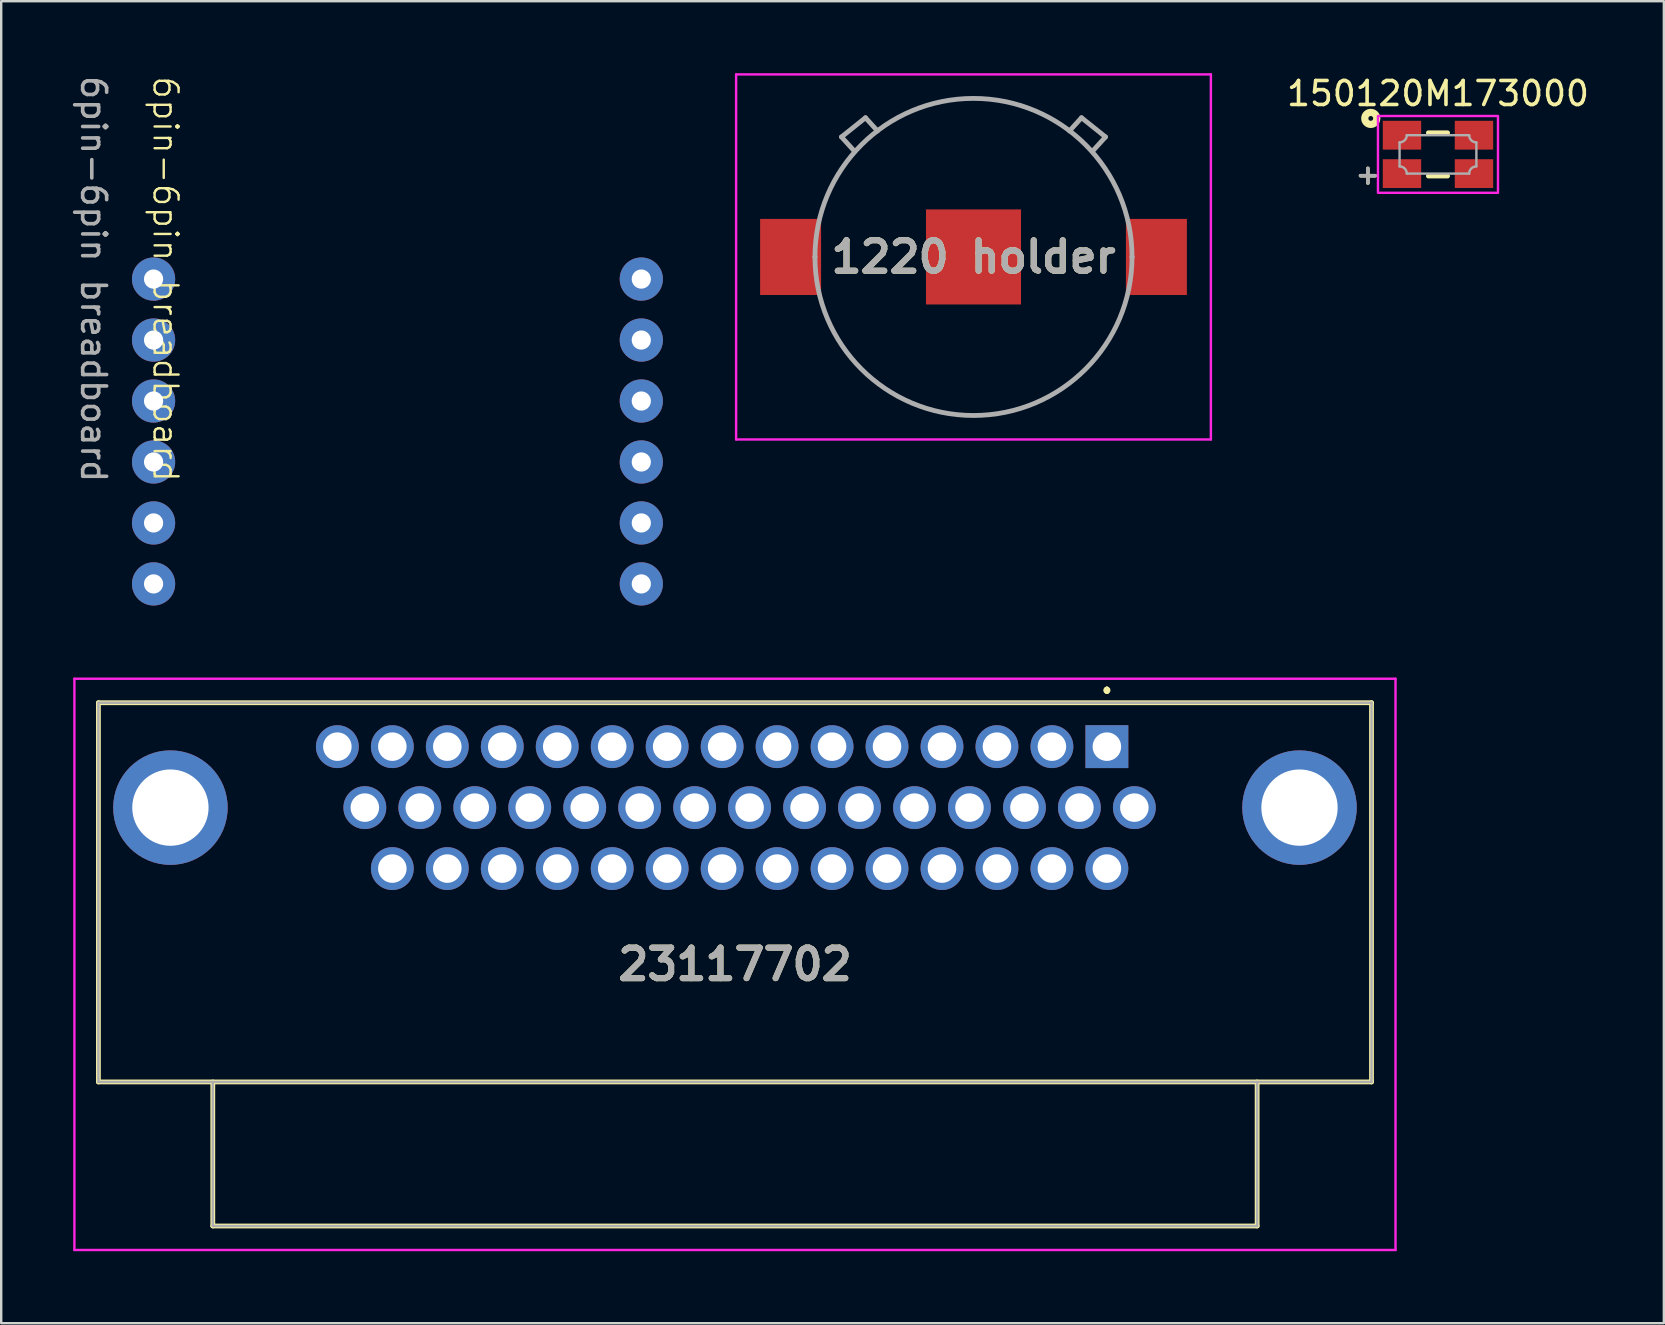
<source format=kicad_pcb>
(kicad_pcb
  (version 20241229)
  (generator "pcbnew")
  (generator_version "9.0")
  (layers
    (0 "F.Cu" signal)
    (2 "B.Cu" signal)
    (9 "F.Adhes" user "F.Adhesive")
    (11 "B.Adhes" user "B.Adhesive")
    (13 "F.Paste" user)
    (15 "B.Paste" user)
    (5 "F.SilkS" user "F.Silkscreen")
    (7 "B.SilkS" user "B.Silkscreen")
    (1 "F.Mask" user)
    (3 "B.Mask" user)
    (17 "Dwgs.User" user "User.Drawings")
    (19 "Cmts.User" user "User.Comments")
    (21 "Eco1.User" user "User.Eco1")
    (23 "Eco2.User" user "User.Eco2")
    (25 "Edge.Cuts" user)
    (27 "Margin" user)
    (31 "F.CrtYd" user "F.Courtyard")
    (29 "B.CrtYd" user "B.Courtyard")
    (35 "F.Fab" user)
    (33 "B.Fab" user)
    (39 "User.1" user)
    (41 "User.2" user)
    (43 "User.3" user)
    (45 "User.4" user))
  (footprint "1220 holder"
    (layer "F.Cu")
    (at 37.508 7.655)
    (property "Reference" "1220 holder" (at 0 0 0) (layer "F.SilkS") (effects (font (size 1.27 1.27) (thickness 0.254))))
    (attr smd)
    (fp_line (start -5.5 -5) (end -4.5 -5.8) (stroke (width 0.1) (type solid)) (layer "F.SilkS"))
    (fp_line (start -5 -4.45) (end -5.5 -5) (stroke (width 0.1) (type solid)) (layer "F.SilkS"))
    (fp_line (start -4.5 -5.8) (end -4 -5.25) (stroke (width 0.1) (type solid)) (layer "F.SilkS"))
    (fp_line (start 4 -5.25) (end 4.5 -5.8) (stroke (width 0.1) (type solid)) (layer "F.SilkS"))
    (fp_line (start 4.5 -5.8) (end 5.5 -5) (stroke (width 0.1) (type solid)) (layer "F.SilkS"))
    (fp_line (start 5.5 -5) (end 5 -4.45) (stroke (width 0.1) (type solid)) (layer "F.SilkS"))
    (fp_line (start -9.89 -7.605) (end 9.89 -7.605) (stroke (width 0.1) (type solid)) (layer "F.CrtYd"))
    (fp_line (start -9.89 7.605) (end -9.89 -7.605) (stroke (width 0.1) (type solid)) (layer "F.CrtYd"))
    (fp_line (start 9.89 -7.605) (end 9.89 7.605) (stroke (width 0.1) (type solid)) (layer "F.CrtYd"))
    (fp_line (start 9.89 7.605) (end -9.89 7.605) (stroke (width 0.1) (type solid)) (layer "F.CrtYd"))
    (fp_line (start -6.605 0) (end -6.605 0) (stroke (width 0.2) (type solid)) (layer "F.Fab"))
    (fp_line (start -5.5 -5) (end -4.5 -5.8) (stroke (width 0.2) (type solid)) (layer "F.Fab"))
    (fp_line (start -5 -4.45) (end -5.5 -5) (stroke (width 0.2) (type solid)) (layer "F.Fab"))
    (fp_line (start -4.5 -5.8) (end -4 -5.25) (stroke (width 0.2) (type solid)) (layer "F.Fab"))
    (fp_line (start 4.5 -5.8) (end 4 -5.25) (stroke (width 0.2) (type solid)) (layer "F.Fab"))
    (fp_line (start 5 -4.45) (end 5.5 -5) (stroke (width 0.2) (type solid)) (layer "F.Fab"))
    (fp_line (start 5.5 -5) (end 4.5 -5.8) (stroke (width 0.2) (type solid)) (layer "F.Fab"))
    (fp_line (start 6.605 0) (end 6.605 0) (stroke (width 0.2) (type solid)) (layer "F.Fab"))
    (fp_arc (start -6.605 0) (mid 0 -6.605) (end 6.605 0) (stroke (width 0.2) (type solid)) (layer "F.Fab"))
    (fp_arc (start 6.605 0) (mid 0 6.605) (end -6.605 0) (stroke (width 0.2) (type solid)) (layer "F.Fab"))
    (fp_text user "${REFERENCE}" (at 0 0 0) (layer "F.Fab") (effects (font (size 1.27 1.27) (thickness 0.254))))
    (pad "1" smd rect (at -7.62 0) (size 2.54 3.17) (layers "F.Cu" "F.Mask" "F.Paste"))
    (pad "1" smd rect (at 7.62 0) (size 2.54 3.17) (layers "F.Cu" "F.Mask" "F.Paste"))
    (pad "2" smd rect (at 0 0) (size 3.96 3.96) (layers "F.Cu" "F.Mask" "F.Paste")))
  (footprint "6pin-6pin breadboard"
    (layer "F.Cu")
    (at 10.968 21.277)
    (property "Reference" "6pin-6pin breadboard" (at -7.12 -12.7 270) (unlocked yes) (layer "F.SilkS") (effects (font (size 1 1) (thickness 0.1))))
    (attr through_hole)
    (fp_text user "${REFERENCE}" (at -10.12 -12.7 270) (unlocked yes) (layer "F.Fab") (effects (font (size 1 1) (thickness 0.15))))
    (pad "1" thru_hole circle (at -7.62 -12.7 270) (size 1.8 1.8) (drill 0.8) (layers "*.Cu" "*.Mask"))
    (pad "2" thru_hole circle (at -7.62 -10.16 270) (size 1.8 1.8) (drill 0.8) (layers "*.Cu" "*.Mask"))
    (pad "3" thru_hole circle (at -7.62 -7.62 270) (size 1.8 1.8) (drill 0.8) (layers "*.Cu" "*.Mask"))
    (pad "4" thru_hole circle (at -7.62 -5.08 270) (size 1.8 1.8) (drill 0.8) (layers "*.Cu" "*.Mask"))
    (pad "5" thru_hole circle (at -7.62 -2.54 270) (size 1.8 1.8) (drill 0.8) (layers "*.Cu" "*.Mask"))
    (pad "6" thru_hole circle (at -7.62 0 270) (size 1.8 1.8) (drill 0.8) (layers "*.Cu" "*.Mask"))
    (pad "7" thru_hole circle (at 12.7 -12.7 270) (size 1.8 1.8) (drill 0.8) (layers "*.Cu" "*.Mask"))
    (pad "8" thru_hole circle (at 12.7 -10.16 270) (size 1.8 1.8) (drill 0.8) (layers "*.Cu" "*.Mask"))
    (pad "9" thru_hole circle (at 12.7 -7.62 270) (size 1.8 1.8) (drill 0.8) (layers "*.Cu" "*.Mask"))
    (pad "10" thru_hole circle (at 12.7 -5.08 270) (size 1.8 1.8) (drill 0.8) (layers "*.Cu" "*.Mask"))
    (pad "11" thru_hole circle (at 12.7 -2.54 270) (size 1.8 1.8) (drill 0.8) (layers "*.Cu" "*.Mask"))
    (pad "12" thru_hole circle (at 12.7 0 270) (size 1.8 1.8) (drill 0.8) (layers "*.Cu" "*.Mask")))
  (footprint "23117702"
    (layer "F.Cu")
    (at 43.065 28.057)
    (property "Reference" "23117702" (at -15.495 9.07 0) (layer "F.SilkS") (effects (font (size 1.27 1.27) (thickness 0.254))))
    (attr through_hole)
    (fp_line (start -42.015 -1.83) (end 11.025 -1.83) (stroke (width 0.2) (type solid)) (layer "F.SilkS"))
    (fp_line (start -42.015 13.97) (end -42.015 -1.83) (stroke (width 0.2) (type solid)) (layer "F.SilkS"))
    (fp_line (start -37.25 19.97) (end -37.25 13.97) (stroke (width 0.2) (type solid)) (layer "F.SilkS"))
    (fp_line (start 0 -2.4) (end 0 -2.4) (stroke (width 0.2) (type solid)) (layer "F.SilkS"))
    (fp_line (start 0 -2.4) (end 0 -2.3) (stroke (width 0.2) (type solid)) (layer "F.SilkS"))
    (fp_line (start 0 -2.3) (end 0 -2.3) (stroke (width 0.2) (type solid)) (layer "F.SilkS"))
    (fp_line (start 6.26 13.97) (end 6.26 19.97) (stroke (width 0.2) (type solid)) (layer "F.SilkS"))
    (fp_line (start 6.26 19.97) (end -37.25 19.97) (stroke (width 0.2) (type solid)) (layer "F.SilkS"))
    (fp_line (start 11.025 -1.83) (end 11.025 13.97) (stroke (width 0.2) (type solid)) (layer "F.SilkS"))
    (fp_line (start 11.025 13.97) (end -42.015 13.97) (stroke (width 0.2) (type solid)) (layer "F.SilkS"))
    (fp_arc (start 0 -2.4) (mid 0.05 -2.35) (end 0 -2.3) (stroke (width 0.2) (type solid)) (layer "F.SilkS"))
    (fp_arc (start 0 -2.3) (mid -0.05 -2.35) (end 0 -2.4) (stroke (width 0.2) (type solid)) (layer "F.SilkS"))
    (fp_line (start -43.015 -2.83) (end 12.025 -2.83) (stroke (width 0.1) (type solid)) (layer "F.CrtYd"))
    (fp_line (start -43.015 20.97) (end -43.015 -2.83) (stroke (width 0.1) (type solid)) (layer "F.CrtYd"))
    (fp_line (start 12.025 -2.83) (end 12.025 20.97) (stroke (width 0.1) (type solid)) (layer "F.CrtYd"))
    (fp_line (start 12.025 20.97) (end -43.015 20.97) (stroke (width 0.1) (type solid)) (layer "F.CrtYd"))
    (fp_line (start -42.015 -1.83) (end 11.025 -1.83) (stroke (width 0.1) (type solid)) (layer "F.Fab"))
    (fp_line (start -42.015 13.97) (end -42.015 -1.83) (stroke (width 0.1) (type solid)) (layer "F.Fab"))
    (fp_line (start -37.25 19.97) (end -37.25 13.97) (stroke (width 0.1) (type solid)) (layer "F.Fab"))
    (fp_line (start 6.26 13.97) (end 6.26 19.97) (stroke (width 0.1) (type solid)) (layer "F.Fab"))
    (fp_line (start 6.26 19.97) (end -37.25 19.97) (stroke (width 0.1) (type solid)) (layer "F.Fab"))
    (fp_line (start 11.025 -1.83) (end 11.025 13.97) (stroke (width 0.1) (type solid)) (layer "F.Fab"))
    (fp_line (start 11.025 13.97) (end -42.015 13.97) (stroke (width 0.1) (type solid)) (layer "F.Fab"))
    (fp_text user "${REFERENCE}" (at -15.495 9.07 0) (layer "F.Fab") (effects (font (size 1.27 1.27) (thickness 0.254))))
    (pad "1" thru_hole rect (at 0 0) (size 1.785 1.785) (drill 1.19) (layers "*.Cu" "*.Mask"))
    (pad "2" thru_hole circle (at -2.29 0) (size 1.785 1.785) (drill 1.19) (layers "*.Cu" "*.Mask"))
    (pad "3" thru_hole circle (at -4.58 0) (size 1.785 1.785) (drill 1.19) (layers "*.Cu" "*.Mask"))
    (pad "4" thru_hole circle (at -6.87 0) (size 1.785 1.785) (drill 1.19) (layers "*.Cu" "*.Mask"))
    (pad "5" thru_hole circle (at -9.16 0) (size 1.785 1.785) (drill 1.19) (layers "*.Cu" "*.Mask"))
    (pad "6" thru_hole circle (at -11.45 0) (size 1.785 1.785) (drill 1.19) (layers "*.Cu" "*.Mask"))
    (pad "7" thru_hole circle (at -13.74 0) (size 1.785 1.785) (drill 1.19) (layers "*.Cu" "*.Mask"))
    (pad "8" thru_hole circle (at -16.03 0) (size 1.785 1.785) (drill 1.19) (layers "*.Cu" "*.Mask"))
    (pad "9" thru_hole circle (at -18.32 0) (size 1.785 1.785) (drill 1.19) (layers "*.Cu" "*.Mask"))
    (pad "10" thru_hole circle (at -20.61 0) (size 1.785 1.785) (drill 1.19) (layers "*.Cu" "*.Mask"))
    (pad "11" thru_hole circle (at -22.9 0) (size 1.785 1.785) (drill 1.19) (layers "*.Cu" "*.Mask"))
    (pad "12" thru_hole circle (at -25.19 0) (size 1.785 1.785) (drill 1.19) (layers "*.Cu" "*.Mask"))
    (pad "13" thru_hole circle (at -27.48 0) (size 1.785 1.785) (drill 1.19) (layers "*.Cu" "*.Mask"))
    (pad "14" thru_hole circle (at -29.77 0) (size 1.785 1.785) (drill 1.19) (layers "*.Cu" "*.Mask"))
    (pad "15" thru_hole circle (at -32.06 0) (size 1.785 1.785) (drill 1.19) (layers "*.Cu" "*.Mask"))
    (pad "16" thru_hole circle (at 1.145 2.54) (size 1.785 1.785) (drill 1.19) (layers "*.Cu" "*.Mask"))
    (pad "17" thru_hole circle (at -1.145 2.54) (size 1.785 1.785) (drill 1.19) (layers "*.Cu" "*.Mask"))
    (pad "18" thru_hole circle (at -3.435 2.54) (size 1.785 1.785) (drill 1.19) (layers "*.Cu" "*.Mask"))
    (pad "19" thru_hole circle (at -5.725 2.54) (size 1.785 1.785) (drill 1.19) (layers "*.Cu" "*.Mask"))
    (pad "20" thru_hole circle (at -8.015 2.54) (size 1.785 1.785) (drill 1.19) (layers "*.Cu" "*.Mask"))
    (pad "21" thru_hole circle (at -10.305 2.54) (size 1.785 1.785) (drill 1.19) (layers "*.Cu" "*.Mask"))
    (pad "22" thru_hole circle (at -12.595 2.54) (size 1.785 1.785) (drill 1.19) (layers "*.Cu" "*.Mask"))
    (pad "23" thru_hole circle (at -14.885 2.54) (size 1.785 1.785) (drill 1.19) (layers "*.Cu" "*.Mask"))
    (pad "24" thru_hole circle (at -17.175 2.54) (size 1.785 1.785) (drill 1.19) (layers "*.Cu" "*.Mask"))
    (pad "25" thru_hole circle (at -19.465 2.54) (size 1.785 1.785) (drill 1.19) (layers "*.Cu" "*.Mask"))
    (pad "26" thru_hole circle (at -21.755 2.54) (size 1.785 1.785) (drill 1.19) (layers "*.Cu" "*.Mask"))
    (pad "27" thru_hole circle (at -24.045 2.54) (size 1.785 1.785) (drill 1.19) (layers "*.Cu" "*.Mask"))
    (pad "28" thru_hole circle (at -26.335 2.54) (size 1.785 1.785) (drill 1.19) (layers "*.Cu" "*.Mask"))
    (pad "29" thru_hole circle (at -28.625 2.54) (size 1.785 1.785) (drill 1.19) (layers "*.Cu" "*.Mask"))
    (pad "30" thru_hole circle (at -30.915 2.54) (size 1.785 1.785) (drill 1.19) (layers "*.Cu" "*.Mask"))
    (pad "31" thru_hole circle (at 0 5.08) (size 1.785 1.785) (drill 1.19) (layers "*.Cu" "*.Mask"))
    (pad "32" thru_hole circle (at -2.29 5.08) (size 1.785 1.785) (drill 1.19) (layers "*.Cu" "*.Mask"))
    (pad "33" thru_hole circle (at -4.58 5.08) (size 1.785 1.785) (drill 1.19) (layers "*.Cu" "*.Mask"))
    (pad "34" thru_hole circle (at -6.87 5.08) (size 1.785 1.785) (drill 1.19) (layers "*.Cu" "*.Mask"))
    (pad "35" thru_hole circle (at -9.16 5.08) (size 1.785 1.785) (drill 1.19) (layers "*.Cu" "*.Mask"))
    (pad "36" thru_hole circle (at -11.45 5.08) (size 1.785 1.785) (drill 1.19) (layers "*.Cu" "*.Mask"))
    (pad "37" thru_hole circle (at -13.74 5.08) (size 1.785 1.785) (drill 1.19) (layers "*.Cu" "*.Mask"))
    (pad "38" thru_hole circle (at -16.03 5.08) (size 1.785 1.785) (drill 1.19) (layers "*.Cu" "*.Mask"))
    (pad "39" thru_hole circle (at -18.32 5.08) (size 1.785 1.785) (drill 1.19) (layers "*.Cu" "*.Mask"))
    (pad "40" thru_hole circle (at -20.61 5.08) (size 1.785 1.785) (drill 1.19) (layers "*.Cu" "*.Mask"))
    (pad "41" thru_hole circle (at -22.9 5.08) (size 1.785 1.785) (drill 1.19) (layers "*.Cu" "*.Mask"))
    (pad "42" thru_hole circle (at -25.19 5.08) (size 1.785 1.785) (drill 1.19) (layers "*.Cu" "*.Mask"))
    (pad "43" thru_hole circle (at -27.48 5.08) (size 1.785 1.785) (drill 1.19) (layers "*.Cu" "*.Mask"))
    (pad "44" thru_hole circle (at -29.77 5.08) (size 1.785 1.785) (drill 1.19) (layers "*.Cu" "*.Mask"))
    (pad "MH1" thru_hole circle (at 8.025 2.54) (size 4.77 4.77) (drill 3.18) (layers "*.Cu" "*.Mask"))
    (pad "MH2" thru_hole circle (at -39.015 2.54) (size 4.77 4.77) (drill 3.18) (layers "*.Cu" "*.Mask")))
  (footprint "150120M173000"
    (layer "F.Cu")
    (at 56.859 3.383)
    (property "Reference" "150120M173000" (at 0 -2.535 0) (layer "F.SilkS") (effects (font (size 1 1) (thickness 0.15))))
    (attr smd)
    (fp_line (start -0.4 -0.9) (end 0.4 -0.9) (stroke (width 0.2) (type solid)) (layer "F.SilkS"))
    (fp_line (start -0.4 0.9) (end 0.4 0.9) (stroke (width 0.2) (type solid)) (layer "F.SilkS"))
    (fp_circle (center -2.8 -1.5) (end -2.7 -1.5) (stroke (width 0.3) (type solid)) (fill no) (layer "F.SilkS"))
    (fp_poly (pts (xy -2.5 -1.6) (xy 2.5 -1.6) (xy 2.5 1.6) (xy -2.5 1.6)) (stroke (width 0.1) (type solid)) (fill no) (layer "F.CrtYd"))
    (fp_line (start -1.6 0.5) (end -1.6 -0.5) (stroke (width 0.1) (type solid)) (layer "F.Fab"))
    (fp_line (start -1.3 -0.8) (end 1.3 -0.8) (stroke (width 0.1) (type solid)) (layer "F.Fab"))
    (fp_line (start 1.3 0.8) (end -1.3 0.8) (stroke (width 0.1) (type solid)) (layer "F.Fab"))
    (fp_line (start 1.6 -0.5) (end 1.6 0.5) (stroke (width 0.1) (type solid)) (layer "F.Fab"))
    (fp_arc (start -1.6 0.5) (mid -1.387868 0.587868) (end -1.3 0.8) (stroke (width 0.1) (type solid)) (layer "F.Fab"))
    (fp_arc (start -1.3 -0.8) (mid -1.387868 -0.587868) (end -1.6 -0.5) (stroke (width 0.1) (type solid)) (layer "F.Fab"))
    (fp_arc (start 1.3 0.8) (mid 1.387868 0.587868) (end 1.6 0.5) (stroke (width 0.1) (type solid)) (layer "F.Fab"))
    (fp_arc (start 1.6 -0.5) (mid 1.387868 -0.587868) (end 1.3 -0.8) (stroke (width 0.1) (type solid)) (layer "F.Fab"))
    (fp_text user "+" (at -2.92 0.83 0) (layer "F.SilkS") (effects (font (size 0.8 0.8) (thickness 0.15))))
    (fp_text user "+" (at -2.92 0.83 0) (layer "F.Fab") (effects (font (size 0.8 0.8) (thickness 0.15))))
    (pad "1" smd rect (at -1.5 -0.8) (size 1.6 1.2) (layers "F.Cu" "F.Mask" "F.Paste"))
    (pad "2" smd rect (at -1.5 0.8) (size 1.6 1.2) (layers "F.Cu" "F.Mask" "F.Paste"))
    (pad "3" smd rect (at 1.5 0.8) (size 1.6 1.2) (layers "F.Cu" "F.Mask" "F.Paste"))
    (pad "4" smd rect (at 1.5 -0.8) (size 1.6 1.2) (layers "F.Cu" "F.Mask" "F.Paste")))
  (gr_rect
    (start -3 -3)
    (end 66.27 52.077)
    (stroke (width 0.1) (type default))
    (fill no)
    (layer "Edge.Cuts")))
</source>
